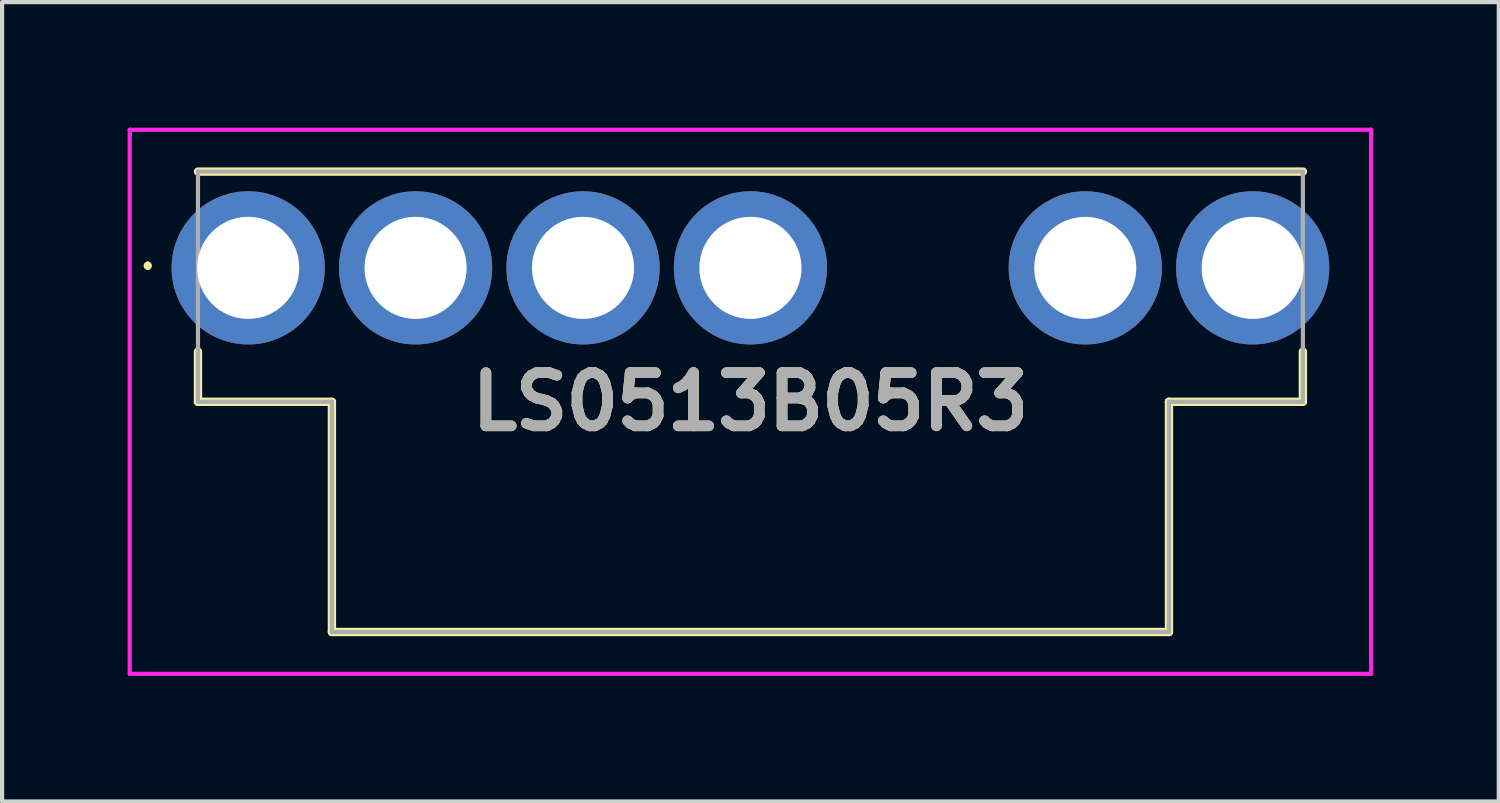
<source format=kicad_pcb>
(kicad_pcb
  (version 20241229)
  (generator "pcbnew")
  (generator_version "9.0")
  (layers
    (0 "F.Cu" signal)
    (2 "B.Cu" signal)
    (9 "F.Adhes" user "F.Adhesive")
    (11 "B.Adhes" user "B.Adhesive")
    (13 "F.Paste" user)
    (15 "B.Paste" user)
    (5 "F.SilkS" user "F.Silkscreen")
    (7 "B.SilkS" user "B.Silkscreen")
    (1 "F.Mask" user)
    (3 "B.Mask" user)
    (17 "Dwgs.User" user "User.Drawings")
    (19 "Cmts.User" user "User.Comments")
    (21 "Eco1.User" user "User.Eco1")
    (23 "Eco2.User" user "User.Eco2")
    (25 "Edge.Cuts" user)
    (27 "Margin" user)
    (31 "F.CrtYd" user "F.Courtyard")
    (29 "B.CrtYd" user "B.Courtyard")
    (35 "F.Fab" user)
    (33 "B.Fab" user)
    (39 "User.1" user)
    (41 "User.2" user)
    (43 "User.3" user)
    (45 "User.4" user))
  (footprint "LS0513B05R3"
    (layer "F.Cu")
    (at 2.88 3.35)
    (property "Reference" "LS0513B05R3" (at 12 3.2 0) (layer "F.SilkS") (effects (font (size 1.27 1.27) (thickness 0.254))))
    (attr through_hole)
    (fp_line (start -2.4 -0.1) (end -2.4 -0.1) (stroke (width 0.1) (type solid)) (layer "F.SilkS"))
    (fp_line (start -2.4 0) (end -2.4 0) (stroke (width 0.1) (type solid)) (layer "F.SilkS"))
    (fp_line (start -1.2 -2.3) (end 25.2 -2.3) (stroke (width 0.2) (type solid)) (layer "F.SilkS"))
    (fp_line (start -1.2 2) (end -1.2 3.2) (stroke (width 0.2) (type solid)) (layer "F.SilkS"))
    (fp_line (start -1.2 3.2) (end 2 3.2) (stroke (width 0.2) (type solid)) (layer "F.SilkS"))
    (fp_line (start 2 3.2) (end 2 8.7) (stroke (width 0.2) (type solid)) (layer "F.SilkS"))
    (fp_line (start 2 8.7) (end 22 8.7) (stroke (width 0.2) (type solid)) (layer "F.SilkS"))
    (fp_line (start 22 3.2) (end 25.2 3.2) (stroke (width 0.2) (type solid)) (layer "F.SilkS"))
    (fp_line (start 22 8.7) (end 22 3.2) (stroke (width 0.2) (type solid)) (layer "F.SilkS"))
    (fp_line (start 25.2 3.2) (end 25.2 2) (stroke (width 0.2) (type solid)) (layer "F.SilkS"))
    (fp_arc (start -2.4 -0.1) (mid -2.35 -0.05) (end -2.4 0) (stroke (width 0.1) (type solid)) (layer "F.SilkS"))
    (fp_arc (start -2.4 0) (mid -2.45 -0.05) (end -2.4 -0.1) (stroke (width 0.1) (type solid)) (layer "F.SilkS"))
    (fp_line (start -2.83 -3.3) (end 26.83 -3.3) (stroke (width 0.1) (type solid)) (layer "F.CrtYd"))
    (fp_line (start -2.83 9.7) (end -2.83 -3.3) (stroke (width 0.1) (type solid)) (layer "F.CrtYd"))
    (fp_line (start 26.83 -3.3) (end 26.83 9.7) (stroke (width 0.1) (type solid)) (layer "F.CrtYd"))
    (fp_line (start 26.83 9.7) (end -2.83 9.7) (stroke (width 0.1) (type solid)) (layer "F.CrtYd"))
    (fp_line (start -1.2 -2.3) (end -1.2 3.2) (stroke (width 0.1) (type solid)) (layer "F.Fab"))
    (fp_line (start -1.2 3.2) (end 2 3.2) (stroke (width 0.1) (type solid)) (layer "F.Fab"))
    (fp_line (start 2 3.2) (end 2 8.7) (stroke (width 0.1) (type solid)) (layer "F.Fab"))
    (fp_line (start 2 8.7) (end 22 8.7) (stroke (width 0.1) (type solid)) (layer "F.Fab"))
    (fp_line (start 22 3.2) (end 25.2 3.2) (stroke (width 0.1) (type solid)) (layer "F.Fab"))
    (fp_line (start 22 8.7) (end 22 3.2) (stroke (width 0.1) (type solid)) (layer "F.Fab"))
    (fp_line (start 25.2 -2.3) (end -1.2 -2.3) (stroke (width 0.1) (type solid)) (layer "F.Fab"))
    (fp_line (start 25.2 3.2) (end 25.2 -2.3) (stroke (width 0.1) (type solid)) (layer "F.Fab"))
    (fp_text user "${REFERENCE}" (at 12 3.2 0) (layer "F.Fab") (effects (font (size 1.27 1.27) (thickness 0.254))))
    (pad "1" thru_hole circle (at 0 0) (size 3.66 3.66) (drill 2.44) (layers "*.Cu" "*.Mask"))
    (pad "2" thru_hole circle (at 4 0) (size 3.66 3.66) (drill 2.44) (layers "*.Cu" "*.Mask"))
    (pad "3" thru_hole circle (at 8 0) (size 3.66 3.66) (drill 2.44) (layers "*.Cu" "*.Mask"))
    (pad "4" thru_hole circle (at 12 0) (size 3.66 3.66) (drill 2.44) (layers "*.Cu" "*.Mask"))
    (pad "5" thru_hole circle (at 20 0) (size 3.66 3.66) (drill 2.44) (layers "*.Cu" "*.Mask"))
    (pad "6" thru_hole circle (at 24 0) (size 3.66 3.66) (drill 2.44) (layers "*.Cu" "*.Mask")))
  (gr_rect
    (start -3 -3)
    (end 32.76 16.1)
    (stroke (width 0.1) (type default))
    (fill no)
    (layer "Edge.Cuts")))
</source>
